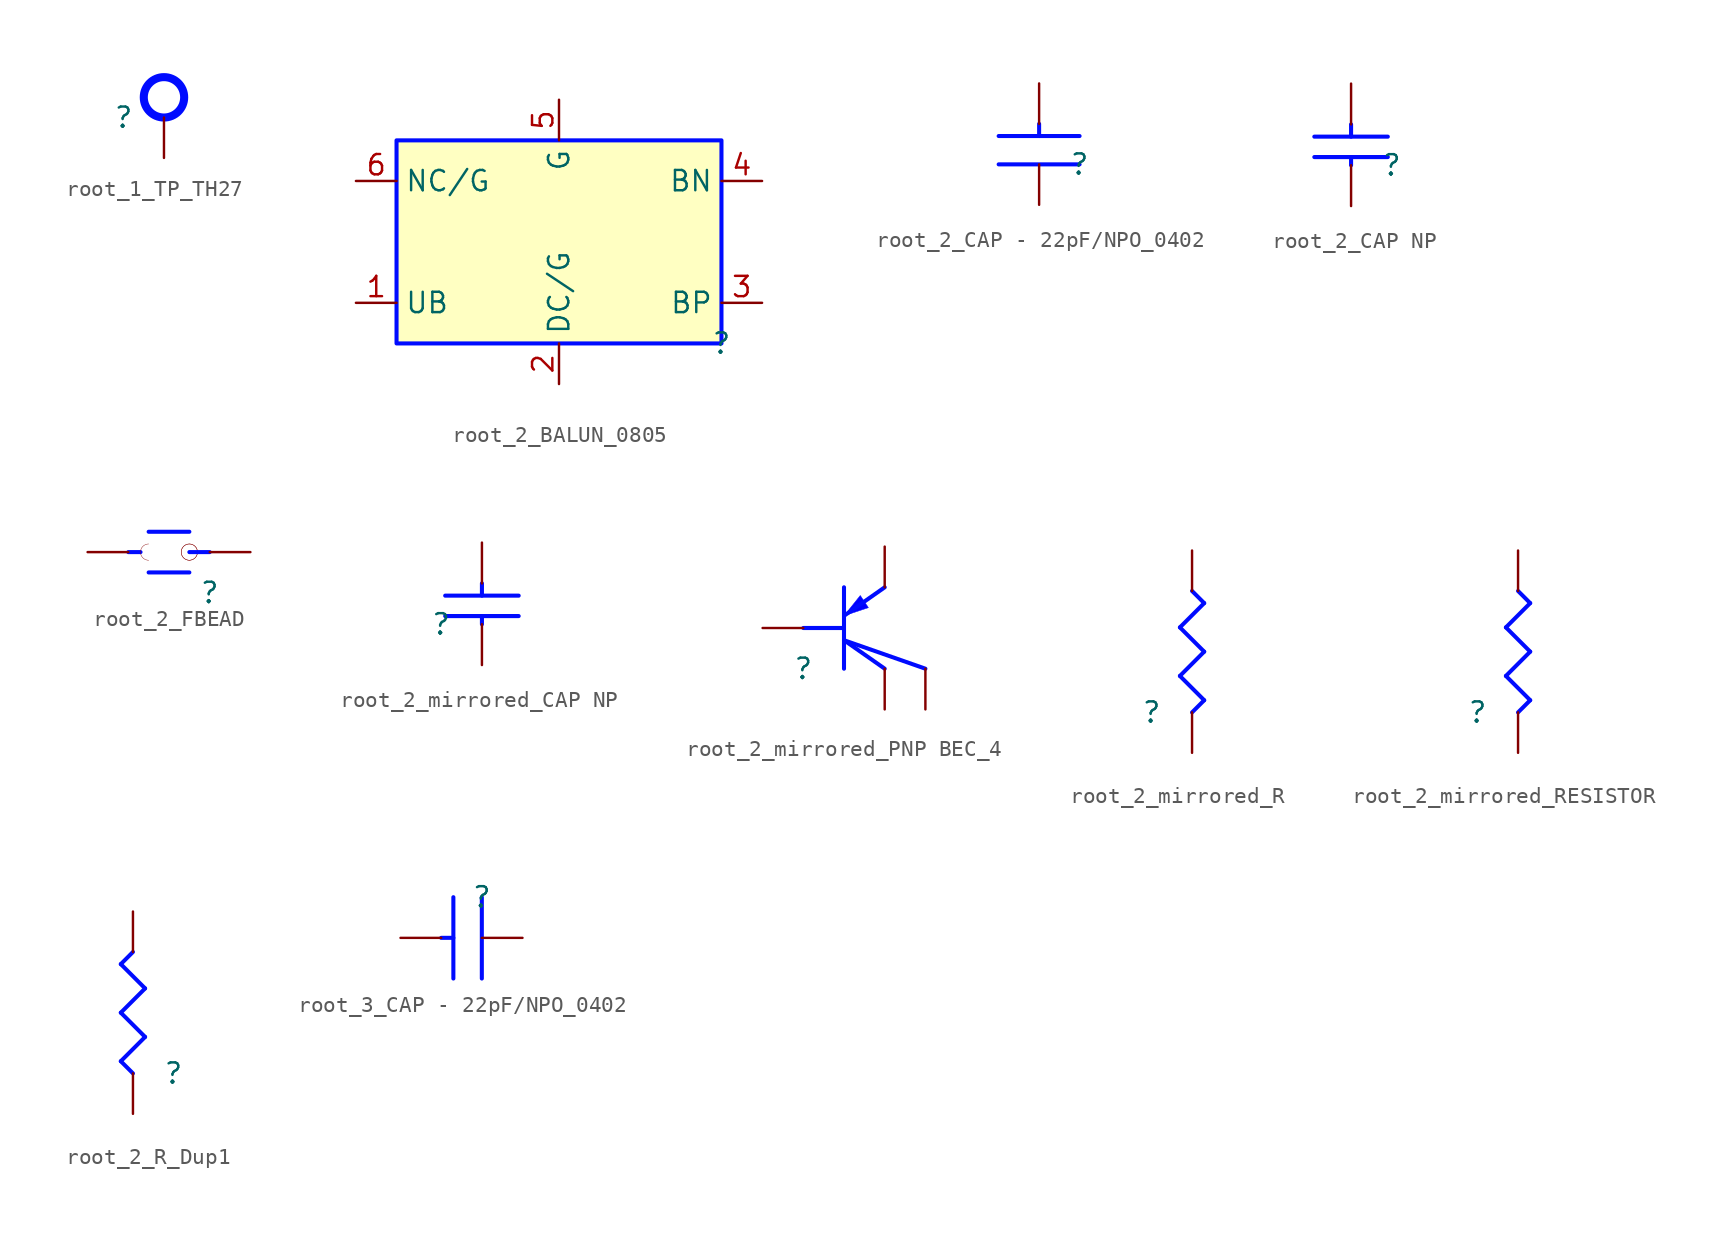
<source format=kicad_sym>
(kicad_symbol_lib
  (version 20231120)
  (generator "kicad_symbol_editor")
  (generator_version "8.0")
  (symbol "root_1_TP_TH27"
    (property "Reference" ""
      (at 0 0 0)
      (effects (font (size 1.27 1.27))))
    (property "Value" ""
      (at 0 0 0)
      (effects (font (size 1.27 1.27))))
    (symbol "root_1_TP_TH27_1_0"
      (circle (center 2.54 1.27) (radius 1.27) (stroke (width 0.508) (type solid) (color 0 11 255 1)) (fill (type none)))
      (pin passive line (at 2.54 -2.54 90) (length 2.54) (name "1" (effects (font (size 0 0)))) (number "1" (effects (font (size 0 0)))))))
  (symbol "root_2_BALUN_0805"
    (property "Reference" ""
      (at 0 0 0)
      (effects (font (size 1.27 1.27))))
    (property "Value" ""
      (at 0 0 0)
      (effects (font (size 1.27 1.27))))
    (symbol "root_2_BALUN_0805_1_0"
      (rectangle (start 0 12.7) (end -20.32 0) (stroke (width 0.254) (type solid) (color 0 11 255 1)) (fill (type background)))
      (pin passive line (at -22.86 2.54 0) (length 2.54) (name "UB" (effects (font (size 1.27 1.27)))) (number "1" (effects (font (size 1.27 1.27)))))
      (pin passive line (at -10.16 -2.54 90) (length 2.54) (name "DC/G" (effects (font (size 1.27 1.27)))) (number "2" (effects (font (size 1.27 1.27)))))
      (pin passive line (at 2.54 2.54 180) (length 2.54) (name "BP" (effects (font (size 1.27 1.27)))) (number "3" (effects (font (size 1.27 1.27)))))
      (pin passive line (at 2.54 10.16 180) (length 2.54) (name "BN" (effects (font (size 1.27 1.27)))) (number "4" (effects (font (size 1.27 1.27)))))
      (pin passive line (at -10.16 15.24 270) (length 2.54) (name "G" (effects (font (size 1.27 1.27)))) (number "5" (effects (font (size 1.27 1.27)))))
      (pin passive line (at -22.86 10.16 0) (length 2.54) (name "NC/G" (effects (font (size 1.27 1.27)))) (number "6" (effects (font (size 1.27 1.27)))))))
  (symbol "root_2_CAP - 22pF/NPO_0402"
    (property "Reference" ""
      (at 0 0 0)
      (effects (font (size 1.27 1.27))))
    (property "Value" ""
      (at 0 0 0)
      (effects (font (size 1.27 1.27))))
    (symbol "root_2_CAP - 22pF/NPO_0402_1_0"
      (polyline (pts (xy -2.54 1.778) (xy -2.54 2.54)) (stroke (width 0.254) (type solid) (color 0 11 255 1)) (fill (type none)))
      (polyline (pts (xy 0 0) (xy -5.08 0)) (stroke (width 0.254) (type solid) (color 0 11 255 1)) (fill (type none)))
      (polyline (pts (xy 0 1.778) (xy -5.08 1.778)) (stroke (width 0.254) (type solid) (color 0 11 255 1)) (fill (type none)))
      (pin passive line (at -2.54 -2.54 90) (length 2.54) (name "1" (effects (font (size 0 0)))) (number "1" (effects (font (size 0 0)))))
      (pin passive line (at -2.54 5.08 270) (length 2.54) (name "2" (effects (font (size 0 0)))) (number "2" (effects (font (size 0 0)))))))
  (symbol "root_2_CAP NP"
    (property "Reference" ""
      (at 0 0 0)
      (effects (font (size 1.27 1.27))))
    (property "Value" ""
      (at 0 0 0)
      (effects (font (size 1.27 1.27))))
    (symbol "root_2_CAP NP_1_0"
      (polyline (pts (xy -2.54 0) (xy -2.54 0.508)) (stroke (width 0.254) (type solid) (color 0 11 255 1)) (fill (type none)))
      (polyline (pts (xy -2.54 2.54) (xy -2.54 1.778)) (stroke (width 0.254) (type solid) (color 0 11 255 1)) (fill (type none)))
      (polyline (pts (xy -0.254 0.508) (xy -4.826 0.508)) (stroke (width 0.254) (type solid) (color 0 11 255 1)) (fill (type none)))
      (polyline (pts (xy -0.254 1.778) (xy -4.826 1.778)) (stroke (width 0.254) (type solid) (color 0 11 255 1)) (fill (type none)))
      (pin passive line (at -2.54 -2.54 90) (length 2.54) (name "1" (effects (font (size 0 0)))) (number "1" (effects (font (size 0 0)))))
      (pin passive line (at -2.54 5.08 270) (length 2.54) (name "2" (effects (font (size 0 0)))) (number "2" (effects (font (size 0 0)))))))
  (symbol "root_2_FBEAD"
    (property "Reference" ""
      (at 0 0 0)
      (effects (font (size 1.27 1.27))))
    (property "Value" ""
      (at 0 0 0)
      (effects (font (size 1.27 1.27))))
    (symbol "root_2_FBEAD_1_0"
      (arc (start -3.81 3.048) (mid -4.318 2.54) (end -3.81 2.032) (stroke (width 0.0254) (type solid)) (fill (type none)))
      (arc (start -1.27 2.032) (mid -0.762 2.54) (end -1.27 3.048) (stroke (width 0.0254) (type solid)) (fill (type none)))
      (circle (center -1.27 2.54) (radius 0.508) (stroke (width 0.025) (type solid)) (fill (type none)))
      (arc (start -1.27 3.048) (mid -1.778 2.54) (end -1.27 2.032) (stroke (width 0.0254) (type solid)) (fill (type none)))
      (polyline (pts (xy -4.318 2.54) (xy -5.08 2.54)) (stroke (width 0.254) (type solid) (color 0 11 255 1)) (fill (type none)))
      (polyline (pts (xy -1.27 1.27) (xy -3.81 1.27)) (stroke (width 0.254) (type solid) (color 0 11 255 1)) (fill (type none)))
      (polyline (pts (xy -1.27 3.81) (xy -3.81 3.81)) (stroke (width 0.254) (type solid) (color 0 11 255 1)) (fill (type none)))
      (polyline (pts (xy 0 2.54) (xy -1.27 2.54)) (stroke (width 0.254) (type solid) (color 0 11 255 1)) (fill (type none)))
      (pin passive line (at 2.54 2.54 180) (length 2.54) (name "1" (effects (font (size 0 0)))) (number "1" (effects (font (size 0 0)))))
      (pin passive line (at -7.62 2.54 0) (length 2.54) (name "2" (effects (font (size 0 0)))) (number "2" (effects (font (size 0 0)))))))
  (symbol "root_2_mirrored_CAP NP"
    (property "Reference" ""
      (at 0 0 0)
      (effects (font (size 1.27 1.27))))
    (property "Value" ""
      (at 0 0 0)
      (effects (font (size 1.27 1.27))))
    (symbol "root_2_mirrored_CAP NP_1_0"
      (polyline (pts (xy 0.254 0.508) (xy 4.826 0.508)) (stroke (width 0.254) (type solid) (color 0 11 255 1)) (fill (type none)))
      (polyline (pts (xy 0.254 1.778) (xy 4.826 1.778)) (stroke (width 0.254) (type solid) (color 0 11 255 1)) (fill (type none)))
      (polyline (pts (xy 2.54 0) (xy 2.54 0.508)) (stroke (width 0.254) (type solid) (color 0 11 255 1)) (fill (type none)))
      (polyline (pts (xy 2.54 2.54) (xy 2.54 1.778)) (stroke (width 0.254) (type solid) (color 0 11 255 1)) (fill (type none)))
      (pin passive line (at 2.54 -2.54 90) (length 2.54) (name "1" (effects (font (size 0 0)))) (number "1" (effects (font (size 0 0)))))
      (pin passive line (at 2.54 5.08 270) (length 2.54) (name "2" (effects (font (size 0 0)))) (number "2" (effects (font (size 0 0)))))))
  (symbol "root_2_mirrored_PNP BEC_4"
    (property "Reference" ""
      (at 0 0 0)
      (effects (font (size 1.27 1.27))))
    (property "Value" ""
      (at 0 0 0)
      (effects (font (size 1.27 1.27))))
    (symbol "root_2_mirrored_PNP BEC_4_1_0"
      (polyline (pts (xy 2.54 0) (xy 2.54 5.08)) (stroke (width 0.254) (type solid) (color 0 11 255 1)) (fill (type none)))
      (polyline (pts (xy 2.54 1.778) (xy 7.62 0)) (stroke (width 0.254) (type solid) (color 0 11 255 1)) (fill (type none)))
      (polyline (pts (xy 2.54 2.54) (xy 0 2.54)) (stroke (width 0.254) (type solid) (color 0 11 255 1)) (fill (type none)))
      (polyline (pts (xy 5.08 0) (xy 2.54 1.778)) (stroke (width 0.254) (type solid) (color 0 11 255 1)) (fill (type none)))
      (polyline (pts (xy 5.08 5.08) (xy 2.54 3.302)) (stroke (width 0.254) (type solid) (color 0 11 255 1)) (fill (type none)))
      (polyline (pts (xy 2.54 3.302) (xy 3.556 4.572) (xy 4.064 3.81) (xy 2.54 3.302) (xy 2.54 3.302)) (stroke (width 0.025) (type solid) (color 0 11 255 1)) (fill (type color) (color 0 0 255 1)))
      (pin passive line (at -2.54 2.54 0) (length 2.54) (name "B" (effects (font (size 0 0)))) (number "1" (effects (font (size 0 0)))))
      (pin passive line (at 5.08 -2.54 90) (length 2.54) (name "C" (effects (font (size 0 0)))) (number "2" (effects (font (size 0 0)))))
      (pin passive line (at 5.08 7.62 270) (length 2.54) (name "E" (effects (font (size 0 0)))) (number "3" (effects (font (size 0 0)))))
      (pin passive line (at 7.62 -2.54 90) (length 2.54) (name "C1" (effects (font (size 0 0)))) (number "4" (effects (font (size 0 0)))))))
  (symbol "root_2_mirrored_R"
    (property "Reference" ""
      (at 0 0 0)
      (effects (font (size 1.27 1.27))))
    (property "Value" ""
      (at 0 0 0)
      (effects (font (size 1.27 1.27))))
    (symbol "root_2_mirrored_R_1_0"
      (polyline (pts (xy 1.778 2.286) (xy 3.302 3.81)) (stroke (width 0.254) (type solid) (color 0 11 255 1)) (fill (type none)))
      (polyline (pts (xy 1.778 5.334) (xy 3.302 6.858)) (stroke (width 0.254) (type solid) (color 0 11 255 1)) (fill (type none)))
      (polyline (pts (xy 2.54 0) (xy 3.302 0.762)) (stroke (width 0.254) (type solid) (color 0 11 255 1)) (fill (type none)))
      (polyline (pts (xy 3.302 0.762) (xy 1.778 2.286)) (stroke (width 0.254) (type solid) (color 0 11 255 1)) (fill (type none)))
      (polyline (pts (xy 3.302 3.81) (xy 1.778 5.334)) (stroke (width 0.254) (type solid) (color 0 11 255 1)) (fill (type none)))
      (polyline (pts (xy 3.302 6.858) (xy 2.54 7.62)) (stroke (width 0.254) (type solid) (color 0 11 255 1)) (fill (type none)))
      (pin passive line (at 2.54 -2.54 90) (length 2.54) (name "1" (effects (font (size 0 0)))) (number "1" (effects (font (size 0 0)))))
      (pin passive line (at 2.54 10.16 270) (length 2.54) (name "2" (effects (font (size 0 0)))) (number "2" (effects (font (size 0 0)))))))
  (symbol "root_2_mirrored_RESISTOR"
    (property "Reference" ""
      (at 0 0 0)
      (effects (font (size 1.27 1.27))))
    (property "Value" ""
      (at 0 0 0)
      (effects (font (size 1.27 1.27))))
    (symbol "root_2_mirrored_RESISTOR_1_0"
      (polyline (pts (xy 1.778 2.286) (xy 3.302 3.81)) (stroke (width 0.254) (type solid) (color 0 11 255 1)) (fill (type none)))
      (polyline (pts (xy 1.778 5.334) (xy 3.302 6.858)) (stroke (width 0.254) (type solid) (color 0 11 255 1)) (fill (type none)))
      (polyline (pts (xy 2.54 0) (xy 3.302 0.762)) (stroke (width 0.254) (type solid) (color 0 11 255 1)) (fill (type none)))
      (polyline (pts (xy 3.302 0.762) (xy 1.778 2.286)) (stroke (width 0.254) (type solid) (color 0 11 255 1)) (fill (type none)))
      (polyline (pts (xy 3.302 3.81) (xy 1.778 5.334)) (stroke (width 0.254) (type solid) (color 0 11 255 1)) (fill (type none)))
      (polyline (pts (xy 3.302 6.858) (xy 2.54 7.62)) (stroke (width 0.254) (type solid) (color 0 11 255 1)) (fill (type none)))
      (pin passive line (at 2.54 -2.54 90) (length 2.54) (name "1" (effects (font (size 0 0)))) (number "1" (effects (font (size 0 0)))))
      (pin passive line (at 2.54 10.16 270) (length 2.54) (name "2" (effects (font (size 0 0)))) (number "2" (effects (font (size 0 0)))))))
  (symbol "root_2_R_Dup1"
    (property "Reference" ""
      (at 0 0 0)
      (effects (font (size 1.27 1.27))))
    (property "Value" ""
      (at 0 0 0)
      (effects (font (size 1.27 1.27))))
    (symbol "root_2_R_Dup1_1_0"
      (polyline (pts (xy -3.302 0.762) (xy -1.778 2.286)) (stroke (width 0.254) (type solid) (color 0 11 255 1)) (fill (type none)))
      (polyline (pts (xy -3.302 3.81) (xy -1.778 5.334)) (stroke (width 0.254) (type solid) (color 0 11 255 1)) (fill (type none)))
      (polyline (pts (xy -3.302 6.858) (xy -2.54 7.62)) (stroke (width 0.254) (type solid) (color 0 11 255 1)) (fill (type none)))
      (polyline (pts (xy -2.54 0) (xy -3.302 0.762)) (stroke (width 0.254) (type solid) (color 0 11 255 1)) (fill (type none)))
      (polyline (pts (xy -1.778 2.286) (xy -3.302 3.81)) (stroke (width 0.254) (type solid) (color 0 11 255 1)) (fill (type none)))
      (polyline (pts (xy -1.778 5.334) (xy -3.302 6.858)) (stroke (width 0.254) (type solid) (color 0 11 255 1)) (fill (type none)))
      (pin passive line (at -2.54 -2.54 90) (length 2.54) (name "1" (effects (font (size 0 0)))) (number "1" (effects (font (size 0 0)))))
      (pin passive line (at -2.54 10.16 270) (length 2.54) (name "2" (effects (font (size 0 0)))) (number "2" (effects (font (size 0 0)))))))
  (symbol "root_3_CAP - 22pF/NPO_0402"
    (property "Reference" ""
      (at 0 0 0)
      (effects (font (size 1.27 1.27))))
    (property "Value" ""
      (at 0 0 0)
      (effects (font (size 1.27 1.27))))
    (symbol "root_3_CAP - 22pF/NPO_0402_1_0"
      (polyline (pts (xy -1.778 -2.54) (xy -2.54 -2.54)) (stroke (width 0.254) (type solid) (color 0 11 255 1)) (fill (type none)))
      (polyline (pts (xy -1.778 0) (xy -1.778 -5.08)) (stroke (width 0.254) (type solid) (color 0 11 255 1)) (fill (type none)))
      (polyline (pts (xy 0 0) (xy 0 -5.08)) (stroke (width 0.254) (type solid) (color 0 11 255 1)) (fill (type none)))
      (pin passive line (at 2.54 -2.54 180) (length 2.54) (name "1" (effects (font (size 0 0)))) (number "1" (effects (font (size 0 0)))))
      (pin passive line (at -5.08 -2.54 0) (length 2.54) (name "2" (effects (font (size 0 0)))) (number "2" (effects (font (size 0 0))))))))
</source>
